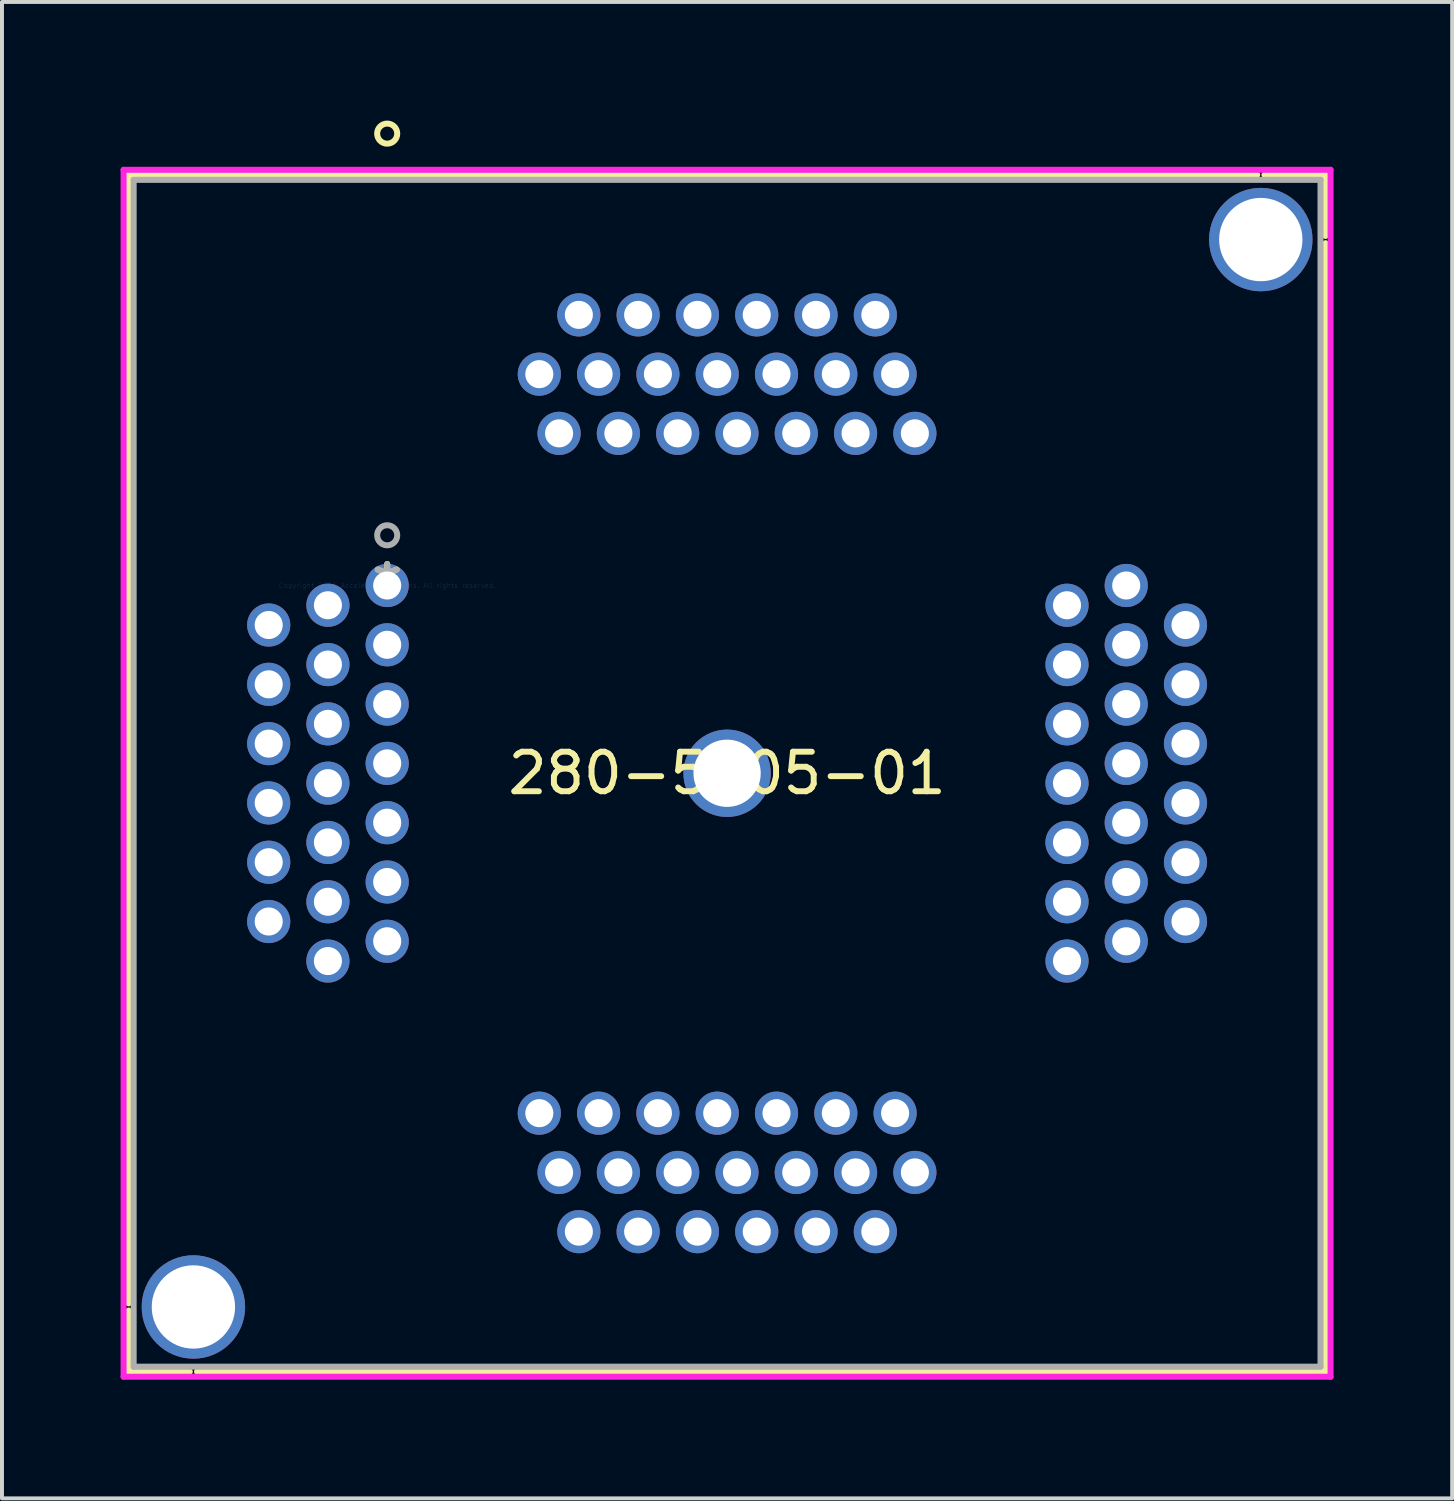
<source format=kicad_pcb>
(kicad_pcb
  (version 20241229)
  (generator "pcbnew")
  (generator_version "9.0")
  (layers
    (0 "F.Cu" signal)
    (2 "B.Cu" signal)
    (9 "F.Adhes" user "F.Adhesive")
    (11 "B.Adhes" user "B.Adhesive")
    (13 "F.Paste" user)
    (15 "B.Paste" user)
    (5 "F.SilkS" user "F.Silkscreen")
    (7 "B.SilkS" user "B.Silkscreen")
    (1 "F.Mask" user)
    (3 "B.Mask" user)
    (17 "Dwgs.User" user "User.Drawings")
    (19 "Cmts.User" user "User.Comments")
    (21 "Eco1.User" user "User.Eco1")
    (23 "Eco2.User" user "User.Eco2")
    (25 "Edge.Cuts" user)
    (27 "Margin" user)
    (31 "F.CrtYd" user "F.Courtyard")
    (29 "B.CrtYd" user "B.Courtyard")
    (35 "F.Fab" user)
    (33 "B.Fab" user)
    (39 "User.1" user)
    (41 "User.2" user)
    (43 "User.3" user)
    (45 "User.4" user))
  (footprint "280-5205-01"
    (layer "F.Cu")
    (at 6.744 11.76)
    (property "Reference" "280-5205-01" (at 8.598 4.75 0) (layer "F.SilkS") (effects (font (size 1 1) (thickness 0.15))))
    (attr through_hole)
    (fp_line (start -6.54 -10.388) (end -6.54 18.159) (stroke (width 0.152) (type solid)) (layer "F.SilkS"))
    (fp_line (start -6.54 18.341) (end -6.54 19.888) (stroke (width 0.152) (type solid)) (layer "F.SilkS"))
    (fp_line (start -6.54 19.888) (end -4.993 19.888) (stroke (width 0.152) (type solid)) (layer "F.SilkS"))
    (fp_line (start -4.811 19.888) (end 23.736 19.888) (stroke (width 0.152) (type solid)) (layer "F.SilkS"))
    (fp_line (start 22.007 -10.388) (end -6.54 -10.388) (stroke (width 0.152) (type solid)) (layer "F.SilkS"))
    (fp_line (start 23.736 -10.388) (end 22.189 -10.388) (stroke (width 0.152) (type solid)) (layer "F.SilkS"))
    (fp_line (start 23.736 -8.841) (end 23.736 -10.388) (stroke (width 0.152) (type solid)) (layer "F.SilkS"))
    (fp_line (start 23.736 19.888) (end 23.736 -8.659) (stroke (width 0.152) (type solid)) (layer "F.SilkS"))
    (fp_circle (center 0 -11.43) (end 0.254 -11.43) (stroke (width 0.152) (type solid)) (fill no) (layer "F.SilkS"))
    (fp_line (start -6.668 -10.515) (end -6.668 20.015) (stroke (width 0.152) (type solid)) (layer "F.CrtYd"))
    (fp_line (start -6.668 20.015) (end 23.863 20.015) (stroke (width 0.152) (type solid)) (layer "F.CrtYd"))
    (fp_line (start 23.863 -10.515) (end -6.668 -10.515) (stroke (width 0.152) (type solid)) (layer "F.CrtYd"))
    (fp_line (start 23.863 20.015) (end 23.863 -10.515) (stroke (width 0.152) (type solid)) (layer "F.CrtYd"))
    (fp_line (start -6.413 -10.261) (end -6.413 19.761) (stroke (width 0.152) (type solid)) (layer "F.Fab"))
    (fp_line (start -6.413 19.761) (end 23.609 19.761) (stroke (width 0.152) (type solid)) (layer "F.Fab"))
    (fp_line (start 23.609 -10.261) (end -6.413 -10.261) (stroke (width 0.152) (type solid)) (layer "F.Fab"))
    (fp_line (start 23.609 19.761) (end 23.609 -10.261) (stroke (width 0.152) (type solid)) (layer "F.Fab"))
    (fp_circle (center 0 -1.27) (end 0.254 -1.27) (stroke (width 0.152) (type solid)) (fill no) (layer "F.Fab"))
    (fp_text user "*" (at 0 0 0) (layer "F.SilkS") (effects (font (size 1 1) (thickness 0.15))))
    (fp_text user "Copyright 2016 Accelerated Designs. All rights reserved." (at 0 0 0) (layer "Cmts.User") (effects (font (size 0.127 0.127) (thickness 0.002))))
    (fp_text user "*" (at 0 0 0) (layer "F.Fab") (effects (font (size 1 1) (thickness 0.15))))
    (pad "1" thru_hole circle (at 0 0 90) (size 1.092 1.092) (drill 0.711) (layers "*.Cu" "*.Mask"))
    (pad "2" thru_hole circle (at -1.499 0.5 90) (size 1.092 1.092) (drill 0.711) (layers "*.Cu" "*.Mask"))
    (pad "3" thru_hole circle (at -2.997 1 90) (size 1.092 1.092) (drill 0.711) (layers "*.Cu" "*.Mask"))
    (pad "4" thru_hole circle (at 0 1.5 90) (size 1.092 1.092) (drill 0.711) (layers "*.Cu" "*.Mask"))
    (pad "5" thru_hole circle (at -1.499 2 90) (size 1.092 1.092) (drill 0.711) (layers "*.Cu" "*.Mask"))
    (pad "6" thru_hole circle (at -2.997 2.5 90) (size 1.092 1.092) (drill 0.711) (layers "*.Cu" "*.Mask"))
    (pad "7" thru_hole circle (at 0 3 90) (size 1.092 1.092) (drill 0.711) (layers "*.Cu" "*.Mask"))
    (pad "8" thru_hole circle (at -1.499 3.5 90) (size 1.092 1.092) (drill 0.711) (layers "*.Cu" "*.Mask"))
    (pad "9" thru_hole circle (at -2.997 4 90) (size 1.092 1.092) (drill 0.711) (layers "*.Cu" "*.Mask"))
    (pad "10" thru_hole circle (at 0 4.5 90) (size 1.092 1.092) (drill 0.711) (layers "*.Cu" "*.Mask"))
    (pad "11" thru_hole circle (at -1.499 5 90) (size 1.092 1.092) (drill 0.711) (layers "*.Cu" "*.Mask"))
    (pad "12" thru_hole circle (at -2.997 5.5 90) (size 1.092 1.092) (drill 0.711) (layers "*.Cu" "*.Mask"))
    (pad "13" thru_hole circle (at 0 6 90) (size 1.092 1.092) (drill 0.711) (layers "*.Cu" "*.Mask"))
    (pad "14" thru_hole circle (at -1.499 6.5 90) (size 1.092 1.092) (drill 0.711) (layers "*.Cu" "*.Mask"))
    (pad "15" thru_hole circle (at -2.997 7 90) (size 1.092 1.092) (drill 0.711) (layers "*.Cu" "*.Mask"))
    (pad "16" thru_hole circle (at 0 7.5 90) (size 1.092 1.092) (drill 0.711) (layers "*.Cu" "*.Mask"))
    (pad "17" thru_hole circle (at -1.499 8 90) (size 1.092 1.092) (drill 0.711) (layers "*.Cu" "*.Mask"))
    (pad "18" thru_hole circle (at -2.997 8.5 90) (size 1.092 1.092) (drill 0.711) (layers "*.Cu" "*.Mask"))
    (pad "19" thru_hole circle (at 0 9 90) (size 1.092 1.092) (drill 0.711) (layers "*.Cu" "*.Mask"))
    (pad "20" thru_hole circle (at -1.499 9.5 90) (size 1.092 1.092) (drill 0.711) (layers "*.Cu" "*.Mask"))
    (pad "21" thru_hole circle (at 3.848 13.348) (size 1.092 1.092) (drill 0.711) (layers "*.Cu" "*.Mask"))
    (pad "22" thru_hole circle (at 4.348 14.847) (size 1.092 1.092) (drill 0.711) (layers "*.Cu" "*.Mask"))
    (pad "23" thru_hole circle (at 4.848 16.345) (size 1.092 1.092) (drill 0.711) (layers "*.Cu" "*.Mask"))
    (pad "24" thru_hole circle (at 5.348 13.348) (size 1.092 1.092) (drill 0.711) (layers "*.Cu" "*.Mask"))
    (pad "25" thru_hole circle (at 5.848 14.847) (size 1.092 1.092) (drill 0.711) (layers "*.Cu" "*.Mask"))
    (pad "26" thru_hole circle (at 6.348 16.345) (size 1.092 1.092) (drill 0.711) (layers "*.Cu" "*.Mask"))
    (pad "27" thru_hole circle (at 6.848 13.348) (size 1.092 1.092) (drill 0.711) (layers "*.Cu" "*.Mask"))
    (pad "28" thru_hole circle (at 7.348 14.847) (size 1.092 1.092) (drill 0.711) (layers "*.Cu" "*.Mask"))
    (pad "29" thru_hole circle (at 7.848 16.345) (size 1.092 1.092) (drill 0.711) (layers "*.Cu" "*.Mask"))
    (pad "30" thru_hole circle (at 8.348 13.348) (size 1.092 1.092) (drill 0.711) (layers "*.Cu" "*.Mask"))
    (pad "31" thru_hole circle (at 8.848 14.847) (size 1.092 1.092) (drill 0.711) (layers "*.Cu" "*.Mask"))
    (pad "32" thru_hole circle (at 9.348 16.345) (size 1.092 1.092) (drill 0.711) (layers "*.Cu" "*.Mask"))
    (pad "33" thru_hole circle (at 9.848 13.348) (size 1.092 1.092) (drill 0.711) (layers "*.Cu" "*.Mask"))
    (pad "34" thru_hole circle (at 10.348 14.847) (size 1.092 1.092) (drill 0.711) (layers "*.Cu" "*.Mask"))
    (pad "35" thru_hole circle (at 10.848 16.345) (size 1.092 1.092) (drill 0.711) (layers "*.Cu" "*.Mask"))
    (pad "36" thru_hole circle (at 11.348 13.348) (size 1.092 1.092) (drill 0.711) (layers "*.Cu" "*.Mask"))
    (pad "37" thru_hole circle (at 11.848 14.847) (size 1.092 1.092) (drill 0.711) (layers "*.Cu" "*.Mask"))
    (pad "38" thru_hole circle (at 12.348 16.345) (size 1.092 1.092) (drill 0.711) (layers "*.Cu" "*.Mask"))
    (pad "39" thru_hole circle (at 12.848 13.348) (size 1.092 1.092) (drill 0.711) (layers "*.Cu" "*.Mask"))
    (pad "40" thru_hole circle (at 13.348 14.847) (size 1.092 1.092) (drill 0.711) (layers "*.Cu" "*.Mask"))
    (pad "41" thru_hole circle (at 17.196 9.5 90) (size 1.092 1.092) (drill 0.711) (layers "*.Cu" "*.Mask"))
    (pad "42" thru_hole circle (at 18.694 9 90) (size 1.092 1.092) (drill 0.711) (layers "*.Cu" "*.Mask"))
    (pad "43" thru_hole circle (at 20.193 8.5 90) (size 1.092 1.092) (drill 0.711) (layers "*.Cu" "*.Mask"))
    (pad "44" thru_hole circle (at 17.196 8 90) (size 1.092 1.092) (drill 0.711) (layers "*.Cu" "*.Mask"))
    (pad "45" thru_hole circle (at 18.694 7.5 90) (size 1.092 1.092) (drill 0.711) (layers "*.Cu" "*.Mask"))
    (pad "46" thru_hole circle (at 20.193 7 90) (size 1.092 1.092) (drill 0.711) (layers "*.Cu" "*.Mask"))
    (pad "47" thru_hole circle (at 17.196 6.5 90) (size 1.092 1.092) (drill 0.711) (layers "*.Cu" "*.Mask"))
    (pad "48" thru_hole circle (at 18.694 6 90) (size 1.092 1.092) (drill 0.711) (layers "*.Cu" "*.Mask"))
    (pad "49" thru_hole circle (at 20.193 5.5 90) (size 1.092 1.092) (drill 0.711) (layers "*.Cu" "*.Mask"))
    (pad "50" thru_hole circle (at 17.196 5 90) (size 1.092 1.092) (drill 0.711) (layers "*.Cu" "*.Mask"))
    (pad "51" thru_hole circle (at 18.694 4.5 90) (size 1.092 1.092) (drill 0.711) (layers "*.Cu" "*.Mask"))
    (pad "52" thru_hole circle (at 20.193 4 90) (size 1.092 1.092) (drill 0.711) (layers "*.Cu" "*.Mask"))
    (pad "53" thru_hole circle (at 17.196 3.5 90) (size 1.092 1.092) (drill 0.711) (layers "*.Cu" "*.Mask"))
    (pad "54" thru_hole circle (at 18.694 3 90) (size 1.092 1.092) (drill 0.711) (layers "*.Cu" "*.Mask"))
    (pad "55" thru_hole circle (at 20.193 2.5 90) (size 1.092 1.092) (drill 0.711) (layers "*.Cu" "*.Mask"))
    (pad "56" thru_hole circle (at 17.196 2 90) (size 1.092 1.092) (drill 0.711) (layers "*.Cu" "*.Mask"))
    (pad "57" thru_hole circle (at 18.694 1.5 90) (size 1.092 1.092) (drill 0.711) (layers "*.Cu" "*.Mask"))
    (pad "58" thru_hole circle (at 20.193 1 90) (size 1.092 1.092) (drill 0.711) (layers "*.Cu" "*.Mask"))
    (pad "59" thru_hole circle (at 17.196 0.5 90) (size 1.092 1.092) (drill 0.711) (layers "*.Cu" "*.Mask"))
    (pad "60" thru_hole circle (at 18.694 0 90) (size 1.092 1.092) (drill 0.711) (layers "*.Cu" "*.Mask"))
    (pad "61" thru_hole circle (at 13.348 -3.848) (size 1.092 1.092) (drill 0.711) (layers "*.Cu" "*.Mask"))
    (pad "62" thru_hole circle (at 12.848 -5.346) (size 1.092 1.092) (drill 0.711) (layers "*.Cu" "*.Mask"))
    (pad "63" thru_hole circle (at 12.348 -6.845) (size 1.092 1.092) (drill 0.711) (layers "*.Cu" "*.Mask"))
    (pad "64" thru_hole circle (at 11.848 -3.848) (size 1.092 1.092) (drill 0.711) (layers "*.Cu" "*.Mask"))
    (pad "65" thru_hole circle (at 11.348 -5.346) (size 1.092 1.092) (drill 0.711) (layers "*.Cu" "*.Mask"))
    (pad "66" thru_hole circle (at 10.848 -6.845) (size 1.092 1.092) (drill 0.711) (layers "*.Cu" "*.Mask"))
    (pad "67" thru_hole circle (at 10.348 -3.848) (size 1.092 1.092) (drill 0.711) (layers "*.Cu" "*.Mask"))
    (pad "68" thru_hole circle (at 9.848 -5.346) (size 1.092 1.092) (drill 0.711) (layers "*.Cu" "*.Mask"))
    (pad "69" thru_hole circle (at 9.348 -6.845) (size 1.092 1.092) (drill 0.711) (layers "*.Cu" "*.Mask"))
    (pad "70" thru_hole circle (at 8.848 -3.848) (size 1.092 1.092) (drill 0.711) (layers "*.Cu" "*.Mask"))
    (pad "71" thru_hole circle (at 8.348 -5.346) (size 1.092 1.092) (drill 0.711) (layers "*.Cu" "*.Mask"))
    (pad "72" thru_hole circle (at 7.848 -6.845) (size 1.092 1.092) (drill 0.711) (layers "*.Cu" "*.Mask"))
    (pad "73" thru_hole circle (at 7.348 -3.848) (size 1.092 1.092) (drill 0.711) (layers "*.Cu" "*.Mask"))
    (pad "74" thru_hole circle (at 6.848 -5.346) (size 1.092 1.092) (drill 0.711) (layers "*.Cu" "*.Mask"))
    (pad "75" thru_hole circle (at 6.348 -6.845) (size 1.092 1.092) (drill 0.711) (layers "*.Cu" "*.Mask"))
    (pad "76" thru_hole circle (at 5.848 -3.848) (size 1.092 1.092) (drill 0.711) (layers "*.Cu" "*.Mask"))
    (pad "77" thru_hole circle (at 5.348 -5.346) (size 1.092 1.092) (drill 0.711) (layers "*.Cu" "*.Mask"))
    (pad "78" thru_hole circle (at 4.848 -6.845) (size 1.092 1.092) (drill 0.711) (layers "*.Cu" "*.Mask"))
    (pad "79" thru_hole circle (at 4.348 -3.848) (size 1.092 1.092) (drill 0.711) (layers "*.Cu" "*.Mask"))
    (pad "80" thru_hole circle (at 3.848 -5.346) (size 1.092 1.092) (drill 0.711) (layers "*.Cu" "*.Mask"))
    (pad "81" thru_hole circle (at 8.598 4.75) (size 2.21 2.21) (drill 1.702) (layers "*.Cu" "*.Mask"))
    (pad "82" thru_hole circle (at -4.902 18.25) (size 2.616 2.616) (drill 2.108) (layers "*.Cu" "*.Mask"))
    (pad "83" thru_hole circle (at 22.098 -8.75) (size 2.616 2.616) (drill 2.108) (layers "*.Cu" "*.Mask")))
  (gr_rect
    (start -3 -3)
    (end 33.683 34.852)
    (stroke (width 0.1) (type default))
    (fill no)
    (layer "Edge.Cuts")))
</source>
